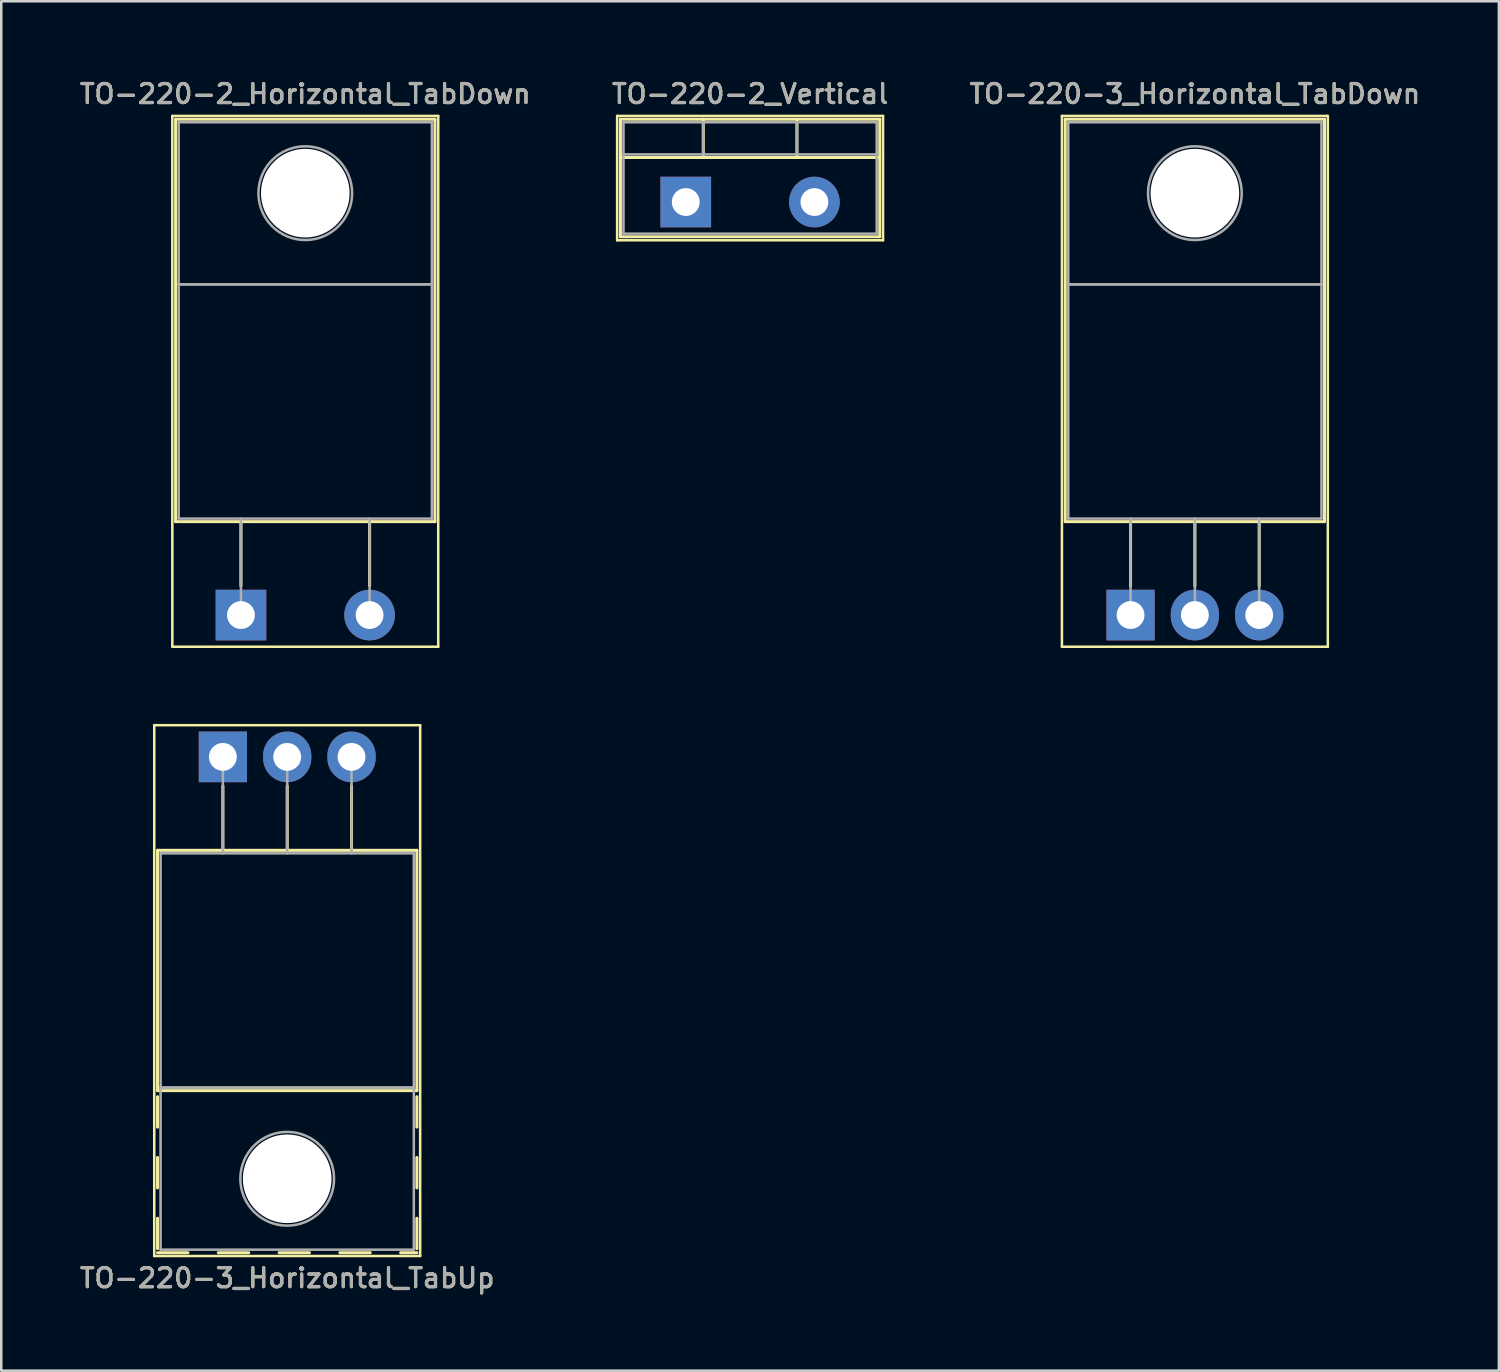
<source format=kicad_pcb>
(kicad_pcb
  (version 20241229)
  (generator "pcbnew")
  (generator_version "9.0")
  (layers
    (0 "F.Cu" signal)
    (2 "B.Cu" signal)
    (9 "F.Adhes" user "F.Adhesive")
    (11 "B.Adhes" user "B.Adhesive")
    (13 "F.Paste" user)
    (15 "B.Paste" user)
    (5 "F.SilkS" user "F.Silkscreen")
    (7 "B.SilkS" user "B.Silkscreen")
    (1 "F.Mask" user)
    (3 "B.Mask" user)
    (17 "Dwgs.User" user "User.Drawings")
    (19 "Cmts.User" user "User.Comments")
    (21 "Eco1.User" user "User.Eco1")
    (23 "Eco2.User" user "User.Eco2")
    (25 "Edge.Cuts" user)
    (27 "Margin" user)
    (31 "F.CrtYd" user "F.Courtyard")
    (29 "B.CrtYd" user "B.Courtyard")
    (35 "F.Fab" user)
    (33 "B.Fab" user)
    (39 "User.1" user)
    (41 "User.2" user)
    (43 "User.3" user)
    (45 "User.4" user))
  (footprint "TO-220-3_Horizontal_TabDown"
    (layer "F.Cu")
    (at 41.594 21.238)
    (property "Reference" "TO-220-3_Horizontal_TabDown" (at 2.54 -20.58 0) (layer "F.SilkS") (effects (font (size 0.75 0.75) (thickness 0.125))))
    (attr through_hole)
    (fp_line (start -2.71 -19.71) (end -2.71 1.25) (stroke (width 0.1) (type solid)) (layer "F.SilkS"))
    (fp_line (start -2.71 1.25) (end 7.79 1.25) (stroke (width 0.1) (type solid)) (layer "F.SilkS"))
    (fp_line (start -2.58 -19.58) (end -2.58 -3.69) (stroke (width 0.12) (type solid)) (layer "F.SilkS"))
    (fp_line (start -2.58 -19.58) (end 7.66 -19.58) (stroke (width 0.12) (type solid)) (layer "F.SilkS"))
    (fp_line (start -2.58 -3.69) (end 7.66 -3.69) (stroke (width 0.12) (type solid)) (layer "F.SilkS"))
    (fp_line (start 0 -3.69) (end 0 -1.15) (stroke (width 0.12) (type solid)) (layer "F.SilkS"))
    (fp_line (start 2.54 -3.69) (end 2.54 -1.15) (stroke (width 0.12) (type solid)) (layer "F.SilkS"))
    (fp_line (start 5.08 -3.69) (end 5.08 -1.15) (stroke (width 0.12) (type solid)) (layer "F.SilkS"))
    (fp_line (start 7.66 -19.58) (end 7.66 -3.69) (stroke (width 0.12) (type solid)) (layer "F.SilkS"))
    (fp_line (start 7.79 -19.71) (end -2.71 -19.71) (stroke (width 0.1) (type solid)) (layer "F.SilkS"))
    (fp_line (start 7.79 1.25) (end 7.79 -19.71) (stroke (width 0.1) (type solid)) (layer "F.SilkS"))
    (fp_line (start -2.46 -19.46) (end 7.54 -19.46) (stroke (width 0.1) (type solid)) (layer "F.Fab"))
    (fp_line (start -2.46 -13.06) (end -2.46 -19.46) (stroke (width 0.1) (type solid)) (layer "F.Fab"))
    (fp_line (start -2.46 -13.06) (end 7.54 -13.06) (stroke (width 0.1) (type solid)) (layer "F.Fab"))
    (fp_line (start -2.46 -3.81) (end -2.46 -13.06) (stroke (width 0.1) (type solid)) (layer "F.Fab"))
    (fp_line (start 0 -3.81) (end 0 0) (stroke (width 0.1) (type solid)) (layer "F.Fab"))
    (fp_line (start 2.54 -3.81) (end 2.54 0) (stroke (width 0.1) (type solid)) (layer "F.Fab"))
    (fp_line (start 5.08 -3.81) (end 5.08 0) (stroke (width 0.1) (type solid)) (layer "F.Fab"))
    (fp_line (start 7.54 -19.46) (end 7.54 -13.06) (stroke (width 0.1) (type solid)) (layer "F.Fab"))
    (fp_line (start 7.54 -13.06) (end -2.46 -13.06) (stroke (width 0.1) (type solid)) (layer "F.Fab"))
    (fp_line (start 7.54 -13.06) (end 7.54 -3.81) (stroke (width 0.1) (type solid)) (layer "F.Fab"))
    (fp_line (start 7.54 -3.81) (end -2.46 -3.81) (stroke (width 0.1) (type solid)) (layer "F.Fab"))
    (fp_circle (center 2.54 -16.66) (end 4.39 -16.66) (stroke (width 0.1) (type solid)) (fill no) (layer "F.Fab"))
    (fp_text user "${REFERENCE}" (at 2.54 -20.58 0) (layer "F.Fab") (effects (font (size 0.75 0.75) (thickness 0.125))))
    (pad "" np_thru_hole circle (at 2.54 -16.66) (size 3.5 3.5) (drill 3.5) (layers "*.Cu" "*.Mask"))
    (pad "1" thru_hole rect (at 0 0) (size 1.905 2) (drill 1.1) (layers "*.Cu" "*.Mask"))
    (pad "2" thru_hole oval (at 2.54 0) (size 1.905 2) (drill 1.1) (layers "*.Cu" "*.Mask"))
    (pad "3" thru_hole oval (at 5.08 0) (size 1.905 2) (drill 1.1) (layers "*.Cu" "*.Mask")))
  (footprint "TO-220-3_Horizontal_TabUp"
    (layer "F.Cu")
    (at 5.751 26.838)
    (property "Reference" "TO-220-3_Horizontal_TabUp" (at 2.54 20.58 0) (layer "F.SilkS") (effects (font (size 0.75 0.75) (thickness 0.125))))
    (attr through_hole)
    (fp_line (start -2.71 -1.25) (end -2.71 19.71) (stroke (width 0.1) (type solid)) (layer "F.SilkS"))
    (fp_line (start -2.71 19.71) (end 7.79 19.71) (stroke (width 0.1) (type solid)) (layer "F.SilkS"))
    (fp_line (start -2.58 3.69) (end -2.58 13.18) (stroke (width 0.12) (type solid)) (layer "F.SilkS"))
    (fp_line (start -2.58 3.69) (end 7.66 3.69) (stroke (width 0.12) (type solid)) (layer "F.SilkS"))
    (fp_line (start -2.58 13.18) (end 7.66 13.18) (stroke (width 0.12) (type solid)) (layer "F.SilkS"))
    (fp_line (start -2.58 13.42) (end -2.58 14.62) (stroke (width 0.12) (type solid)) (layer "F.SilkS"))
    (fp_line (start -2.58 15.82) (end -2.58 17.02) (stroke (width 0.12) (type solid)) (layer "F.SilkS"))
    (fp_line (start -2.58 18.22) (end -2.58 19.42) (stroke (width 0.12) (type solid)) (layer "F.SilkS"))
    (fp_line (start -2.58 19.58) (end -1.38 19.58) (stroke (width 0.12) (type solid)) (layer "F.SilkS"))
    (fp_line (start -0.181 19.58) (end 1.02 19.58) (stroke (width 0.12) (type solid)) (layer "F.SilkS"))
    (fp_line (start 0 1.15) (end 0 3.69) (stroke (width 0.12) (type solid)) (layer "F.SilkS"))
    (fp_line (start 2.22 19.58) (end 3.42 19.58) (stroke (width 0.12) (type solid)) (layer "F.SilkS"))
    (fp_line (start 2.54 1.15) (end 2.54 3.69) (stroke (width 0.12) (type solid)) (layer "F.SilkS"))
    (fp_line (start 4.62 19.58) (end 5.82 19.58) (stroke (width 0.12) (type solid)) (layer "F.SilkS"))
    (fp_line (start 5.08 1.15) (end 5.08 3.69) (stroke (width 0.12) (type solid)) (layer "F.SilkS"))
    (fp_line (start 7.02 19.58) (end 7.66 19.58) (stroke (width 0.12) (type solid)) (layer "F.SilkS"))
    (fp_line (start 7.66 3.69) (end 7.66 13.18) (stroke (width 0.12) (type solid)) (layer "F.SilkS"))
    (fp_line (start 7.66 13.42) (end 7.66 14.62) (stroke (width 0.12) (type solid)) (layer "F.SilkS"))
    (fp_line (start 7.66 15.82) (end 7.66 17.02) (stroke (width 0.12) (type solid)) (layer "F.SilkS"))
    (fp_line (start 7.66 18.22) (end 7.66 19.42) (stroke (width 0.12) (type solid)) (layer "F.SilkS"))
    (fp_line (start 7.79 -1.25) (end -2.71 -1.25) (stroke (width 0.1) (type solid)) (layer "F.SilkS"))
    (fp_line (start 7.79 19.71) (end 7.79 -1.25) (stroke (width 0.1) (type solid)) (layer "F.SilkS"))
    (fp_line (start -2.46 3.81) (end -2.46 13.06) (stroke (width 0.1) (type solid)) (layer "F.Fab"))
    (fp_line (start -2.46 13.06) (end -2.46 19.46) (stroke (width 0.1) (type solid)) (layer "F.Fab"))
    (fp_line (start -2.46 13.06) (end 7.54 13.06) (stroke (width 0.1) (type solid)) (layer "F.Fab"))
    (fp_line (start -2.46 19.46) (end 7.54 19.46) (stroke (width 0.1) (type solid)) (layer "F.Fab"))
    (fp_line (start 0 3.81) (end 0 0) (stroke (width 0.1) (type solid)) (layer "F.Fab"))
    (fp_line (start 2.54 3.81) (end 2.54 0) (stroke (width 0.1) (type solid)) (layer "F.Fab"))
    (fp_line (start 5.08 3.81) (end 5.08 0) (stroke (width 0.1) (type solid)) (layer "F.Fab"))
    (fp_line (start 7.54 3.81) (end -2.46 3.81) (stroke (width 0.1) (type solid)) (layer "F.Fab"))
    (fp_line (start 7.54 13.06) (end -2.46 13.06) (stroke (width 0.1) (type solid)) (layer "F.Fab"))
    (fp_line (start 7.54 13.06) (end 7.54 3.81) (stroke (width 0.1) (type solid)) (layer "F.Fab"))
    (fp_line (start 7.54 19.46) (end 7.54 13.06) (stroke (width 0.1) (type solid)) (layer "F.Fab"))
    (fp_circle (center 2.54 16.66) (end 4.39 16.66) (stroke (width 0.1) (type solid)) (fill no) (layer "F.Fab"))
    (fp_text user "${REFERENCE}" (at 2.54 20.58 0) (layer "F.Fab") (effects (font (size 0.75 0.75) (thickness 0.125))))
    (pad "" np_thru_hole circle (at 2.54 16.66) (size 3.5 3.5) (drill 3.5) (layers "*.Cu" "*.Mask"))
    (pad "1" thru_hole rect (at 0 0) (size 1.905 2) (drill 1.1) (layers "*.Cu" "*.Mask"))
    (pad "2" thru_hole oval (at 2.54 0) (size 1.905 2) (drill 1.1) (layers "*.Cu" "*.Mask"))
    (pad "3" thru_hole oval (at 5.08 0) (size 1.905 2) (drill 1.1) (layers "*.Cu" "*.Mask")))
  (footprint "TO-220-2_Horizontal_TabDown"
    (layer "F.Cu")
    (at 6.465 21.238)
    (property "Reference" "TO-220-2_Horizontal_TabDown" (at 2.54 -20.58 0) (layer "F.SilkS") (effects (font (size 0.75 0.75) (thickness 0.125))))
    (attr through_hole)
    (fp_line (start -2.71 -19.71) (end -2.71 1.25) (stroke (width 0.1) (type solid)) (layer "F.SilkS"))
    (fp_line (start -2.71 1.25) (end 7.79 1.25) (stroke (width 0.1) (type solid)) (layer "F.SilkS"))
    (fp_line (start -2.58 -19.58) (end -2.58 -3.69) (stroke (width 0.12) (type solid)) (layer "F.SilkS"))
    (fp_line (start -2.58 -19.58) (end 7.66 -19.58) (stroke (width 0.12) (type solid)) (layer "F.SilkS"))
    (fp_line (start -2.58 -3.69) (end 7.66 -3.69) (stroke (width 0.12) (type solid)) (layer "F.SilkS"))
    (fp_line (start 0 -3.69) (end 0 -1.15) (stroke (width 0.12) (type solid)) (layer "F.SilkS"))
    (fp_line (start 5.08 -3.69) (end 5.08 -1.165) (stroke (width 0.12) (type solid)) (layer "F.SilkS"))
    (fp_line (start 7.66 -19.58) (end 7.66 -3.69) (stroke (width 0.12) (type solid)) (layer "F.SilkS"))
    (fp_line (start 7.79 -19.71) (end -2.71 -19.71) (stroke (width 0.1) (type solid)) (layer "F.SilkS"))
    (fp_line (start 7.79 1.25) (end 7.79 -19.71) (stroke (width 0.1) (type solid)) (layer "F.SilkS"))
    (fp_line (start -2.46 -19.46) (end 7.54 -19.46) (stroke (width 0.1) (type solid)) (layer "F.Fab"))
    (fp_line (start -2.46 -13.06) (end -2.46 -19.46) (stroke (width 0.1) (type solid)) (layer "F.Fab"))
    (fp_line (start -2.46 -13.06) (end 7.54 -13.06) (stroke (width 0.1) (type solid)) (layer "F.Fab"))
    (fp_line (start -2.46 -3.81) (end -2.46 -13.06) (stroke (width 0.1) (type solid)) (layer "F.Fab"))
    (fp_line (start 0 -3.81) (end 0 0) (stroke (width 0.1) (type solid)) (layer "F.Fab"))
    (fp_line (start 5.08 -3.81) (end 5.08 0) (stroke (width 0.1) (type solid)) (layer "F.Fab"))
    (fp_line (start 7.54 -19.46) (end 7.54 -13.06) (stroke (width 0.1) (type solid)) (layer "F.Fab"))
    (fp_line (start 7.54 -13.06) (end -2.46 -13.06) (stroke (width 0.1) (type solid)) (layer "F.Fab"))
    (fp_line (start 7.54 -13.06) (end 7.54 -3.81) (stroke (width 0.1) (type solid)) (layer "F.Fab"))
    (fp_line (start 7.54 -3.81) (end -2.46 -3.81) (stroke (width 0.1) (type solid)) (layer "F.Fab"))
    (fp_circle (center 2.54 -16.66) (end 4.39 -16.66) (stroke (width 0.1) (type solid)) (fill no) (layer "F.Fab"))
    (fp_text user "${REFERENCE}" (at 2.54 -20.58 0) (layer "F.Fab") (effects (font (size 0.75 0.75) (thickness 0.125))))
    (pad "" np_thru_hole circle (at 2.54 -16.66) (size 3.5 3.5) (drill 3.5) (layers "*.Cu" "*.Mask"))
    (pad "1" thru_hole rect (at 0 0) (size 2 2) (drill 1.1) (layers "*.Cu" "*.Mask"))
    (pad "2" thru_hole circle (at 5.08 0) (size 2 2) (drill 1.1) (layers "*.Cu" "*.Mask")))
  (footprint "TO-220-2_Vertical"
    (layer "F.Cu")
    (at 24.03 4.928)
    (property "Reference" "TO-220-2_Vertical" (at 2.54 -4.27 0) (layer "F.SilkS") (effects (font (size 0.75 0.75) (thickness 0.125))))
    (attr through_hole)
    (fp_line (start -2.71 -3.4) (end -2.71 1.51) (stroke (width 0.1) (type solid)) (layer "F.SilkS"))
    (fp_line (start -2.71 1.51) (end 7.79 1.51) (stroke (width 0.1) (type solid)) (layer "F.SilkS"))
    (fp_line (start -2.58 -3.27) (end -2.58 1.371) (stroke (width 0.12) (type solid)) (layer "F.SilkS"))
    (fp_line (start -2.58 -3.27) (end 7.66 -3.27) (stroke (width 0.12) (type solid)) (layer "F.SilkS"))
    (fp_line (start -2.58 -1.76) (end 7.66 -1.76) (stroke (width 0.12) (type solid)) (layer "F.SilkS"))
    (fp_line (start -2.58 1.371) (end 7.66 1.371) (stroke (width 0.12) (type solid)) (layer "F.SilkS"))
    (fp_line (start 0.69 -3.27) (end 0.69 -1.76) (stroke (width 0.12) (type solid)) (layer "F.SilkS"))
    (fp_line (start 4.391 -3.27) (end 4.391 -1.76) (stroke (width 0.12) (type solid)) (layer "F.SilkS"))
    (fp_line (start 7.66 -3.27) (end 7.66 1.371) (stroke (width 0.12) (type solid)) (layer "F.SilkS"))
    (fp_line (start 7.79 -3.4) (end -2.71 -3.4) (stroke (width 0.1) (type solid)) (layer "F.SilkS"))
    (fp_line (start 7.79 1.51) (end 7.79 -3.4) (stroke (width 0.1) (type solid)) (layer "F.SilkS"))
    (fp_line (start -2.46 -3.15) (end -2.46 1.25) (stroke (width 0.1) (type solid)) (layer "F.Fab"))
    (fp_line (start -2.46 -1.88) (end 7.54 -1.88) (stroke (width 0.1) (type solid)) (layer "F.Fab"))
    (fp_line (start -2.46 1.25) (end 7.54 1.25) (stroke (width 0.1) (type solid)) (layer "F.Fab"))
    (fp_line (start 0.69 -3.15) (end 0.69 -1.88) (stroke (width 0.1) (type solid)) (layer "F.Fab"))
    (fp_line (start 4.39 -3.15) (end 4.39 -1.88) (stroke (width 0.1) (type solid)) (layer "F.Fab"))
    (fp_line (start 7.54 -3.15) (end -2.46 -3.15) (stroke (width 0.1) (type solid)) (layer "F.Fab"))
    (fp_line (start 7.54 1.25) (end 7.54 -3.15) (stroke (width 0.1) (type solid)) (layer "F.Fab"))
    (fp_text user "${REFERENCE}" (at 2.54 -4.27 0) (layer "F.Fab") (effects (font (size 0.75 0.75) (thickness 0.125))))
    (pad "1" thru_hole rect (at 0 0) (size 2 2) (drill 1.1) (layers "*.Cu" "*.Mask"))
    (pad "2" thru_hole circle (at 5.08 0) (size 2 2) (drill 1.1) (layers "*.Cu" "*.Mask")))
  (gr_rect
    (start -3 -3)
    (end 56.139 51.076)
    (stroke (width 0.1) (type default))
    (fill no)
    (layer "Edge.Cuts")))
</source>
